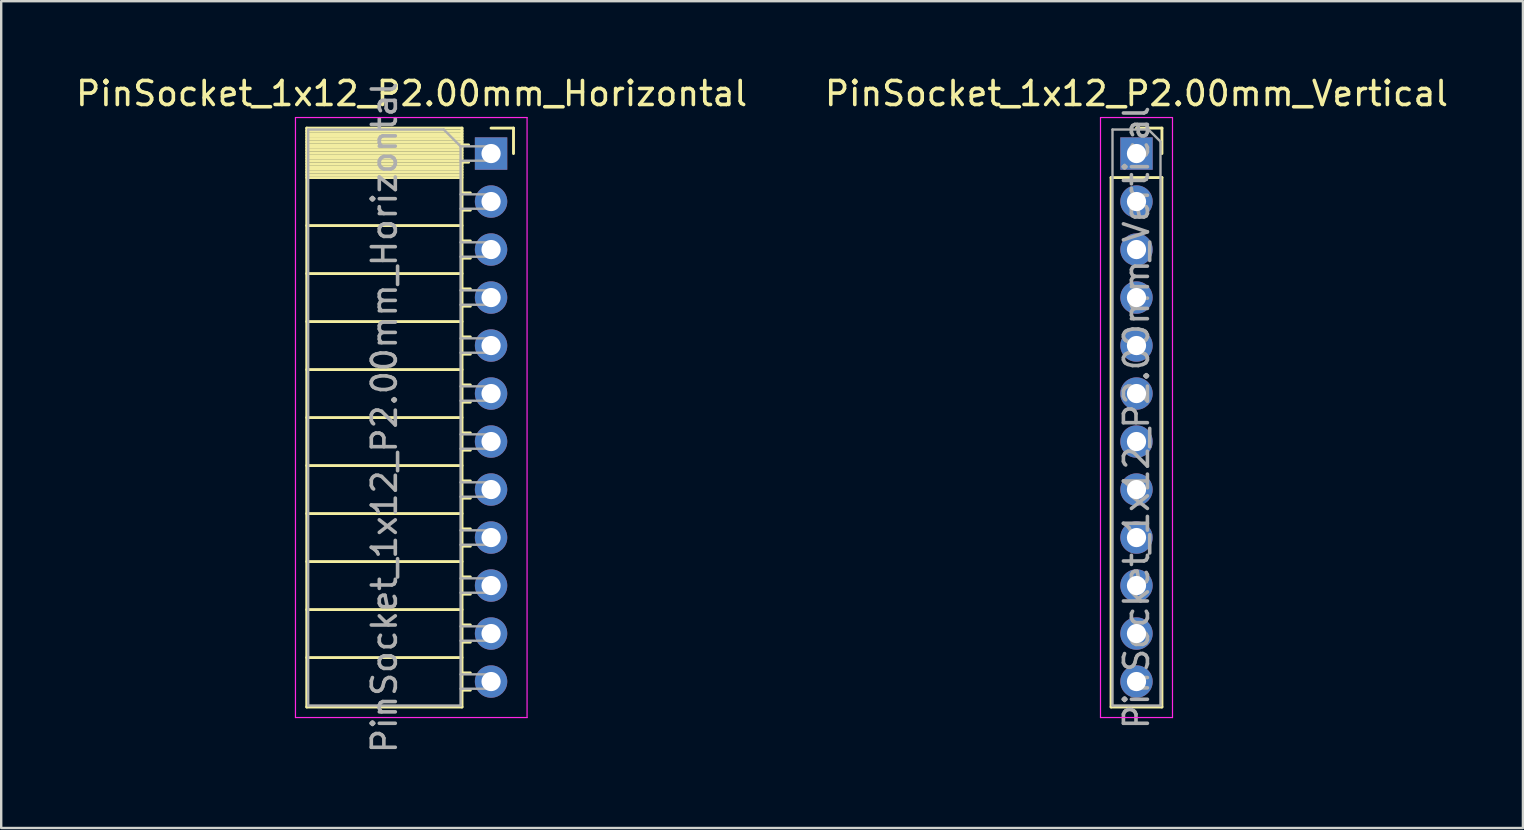
<source format=kicad_pcb>
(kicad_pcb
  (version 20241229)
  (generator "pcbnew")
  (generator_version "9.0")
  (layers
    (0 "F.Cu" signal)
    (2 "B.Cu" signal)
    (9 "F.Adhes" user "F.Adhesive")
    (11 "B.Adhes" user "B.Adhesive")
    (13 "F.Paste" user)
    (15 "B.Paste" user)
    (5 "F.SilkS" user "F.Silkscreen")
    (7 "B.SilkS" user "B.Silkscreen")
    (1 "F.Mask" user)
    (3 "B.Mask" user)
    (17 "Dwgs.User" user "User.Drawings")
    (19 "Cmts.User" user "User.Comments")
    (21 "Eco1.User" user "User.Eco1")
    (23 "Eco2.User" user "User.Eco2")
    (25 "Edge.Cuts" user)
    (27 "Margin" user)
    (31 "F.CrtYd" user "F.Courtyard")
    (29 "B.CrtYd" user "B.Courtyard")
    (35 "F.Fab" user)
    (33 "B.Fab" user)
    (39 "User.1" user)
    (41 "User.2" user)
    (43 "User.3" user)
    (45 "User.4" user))
  (footprint "PinSocket_1x12_P2.00mm_Vertical"
    (layer "F.Cu")
    (at 44.304 3.348)
    (property "Reference" "PinSocket_1x12_P2.00mm_Vertical" (at 0 -2.5 0) (layer "F.SilkS") (effects (font (size 1 1) (thickness 0.15))))
    (attr through_hole)
    (fp_line (start -1.06 1) (end -1.06 23.06) (stroke (width 0.12) (type solid)) (layer "F.SilkS"))
    (fp_line (start -1.06 1) (end 1.06 1) (stroke (width 0.12) (type solid)) (layer "F.SilkS"))
    (fp_line (start -1.06 23.06) (end 1.06 23.06) (stroke (width 0.12) (type solid)) (layer "F.SilkS"))
    (fp_line (start 0 -1.06) (end 1.06 -1.06) (stroke (width 0.12) (type solid)) (layer "F.SilkS"))
    (fp_line (start 1.06 -1.06) (end 1.06 0) (stroke (width 0.12) (type solid)) (layer "F.SilkS"))
    (fp_line (start 1.06 1) (end 1.06 23.06) (stroke (width 0.12) (type solid)) (layer "F.SilkS"))
    (fp_line (start -1.5 -1.5) (end 1.5 -1.5) (stroke (width 0.05) (type solid)) (layer "F.CrtYd"))
    (fp_line (start -1.5 23.5) (end -1.5 -1.5) (stroke (width 0.05) (type solid)) (layer "F.CrtYd"))
    (fp_line (start 1.5 -1.5) (end 1.5 23.5) (stroke (width 0.05) (type solid)) (layer "F.CrtYd"))
    (fp_line (start 1.5 23.5) (end -1.5 23.5) (stroke (width 0.05) (type solid)) (layer "F.CrtYd"))
    (fp_line (start -1 -1) (end 0.5 -1) (stroke (width 0.1) (type solid)) (layer "F.Fab"))
    (fp_line (start -1 23) (end -1 -1) (stroke (width 0.1) (type solid)) (layer "F.Fab"))
    (fp_line (start 0.5 -1) (end 1 -0.5) (stroke (width 0.1) (type solid)) (layer "F.Fab"))
    (fp_line (start 1 -0.5) (end 1 23) (stroke (width 0.1) (type solid)) (layer "F.Fab"))
    (fp_line (start 1 23) (end -1 23) (stroke (width 0.1) (type solid)) (layer "F.Fab"))
    (fp_text user "${REFERENCE}" (at 0 11 90) (layer "F.Fab") (effects (font (size 1 1) (thickness 0.15))))
    (pad "1" thru_hole rect (at 0 0) (size 1.35 1.35) (drill 0.8) (layers "*.Cu" "*.Mask"))
    (pad "2" thru_hole oval (at 0 2) (size 1.35 1.35) (drill 0.8) (layers "*.Cu" "*.Mask"))
    (pad "3" thru_hole oval (at 0 4) (size 1.35 1.35) (drill 0.8) (layers "*.Cu" "*.Mask"))
    (pad "4" thru_hole oval (at 0 6) (size 1.35 1.35) (drill 0.8) (layers "*.Cu" "*.Mask"))
    (pad "5" thru_hole oval (at 0 8) (size 1.35 1.35) (drill 0.8) (layers "*.Cu" "*.Mask"))
    (pad "6" thru_hole oval (at 0 10) (size 1.35 1.35) (drill 0.8) (layers "*.Cu" "*.Mask"))
    (pad "7" thru_hole oval (at 0 12) (size 1.35 1.35) (drill 0.8) (layers "*.Cu" "*.Mask"))
    (pad "8" thru_hole oval (at 0 14) (size 1.35 1.35) (drill 0.8) (layers "*.Cu" "*.Mask"))
    (pad "9" thru_hole oval (at 0 16) (size 1.35 1.35) (drill 0.8) (layers "*.Cu" "*.Mask"))
    (pad "10" thru_hole oval (at 0 18) (size 1.35 1.35) (drill 0.8) (layers "*.Cu" "*.Mask"))
    (pad "11" thru_hole oval (at 0 20) (size 1.35 1.35) (drill 0.8) (layers "*.Cu" "*.Mask"))
    (pad "12" thru_hole oval (at 0 22) (size 1.35 1.35) (drill 0.8) (layers "*.Cu" "*.Mask")))
  (footprint "PinSocket_1x12_P2.00mm_Horizontal"
    (layer "F.Cu")
    (at 17.411 3.348)
    (property "Reference" "PinSocket_1x12_P2.00mm_Horizontal" (at -3.31 -2.5 0) (layer "F.SilkS") (effects (font (size 1 1) (thickness 0.15))))
    (attr through_hole)
    (fp_line (start -7.68 -1.06) (end -7.68 23.06) (stroke (width 0.12) (type solid)) (layer "F.SilkS"))
    (fp_line (start -7.68 -1.06) (end -1.21 -1.06) (stroke (width 0.12) (type solid)) (layer "F.SilkS"))
    (fp_line (start -7.68 -0.94) (end -1.21 -0.94) (stroke (width 0.12) (type solid)) (layer "F.SilkS"))
    (fp_line (start -7.68 -0.826) (end -1.21 -0.826) (stroke (width 0.12) (type solid)) (layer "F.SilkS"))
    (fp_line (start -7.68 -0.712) (end -1.21 -0.712) (stroke (width 0.12) (type solid)) (layer "F.SilkS"))
    (fp_line (start -7.68 -0.598) (end -1.21 -0.598) (stroke (width 0.12) (type solid)) (layer "F.SilkS"))
    (fp_line (start -7.68 -0.484) (end -1.21 -0.484) (stroke (width 0.12) (type solid)) (layer "F.SilkS"))
    (fp_line (start -7.68 -0.369) (end -1.21 -0.369) (stroke (width 0.12) (type solid)) (layer "F.SilkS"))
    (fp_line (start -7.68 -0.255) (end -1.21 -0.255) (stroke (width 0.12) (type solid)) (layer "F.SilkS"))
    (fp_line (start -7.68 -0.141) (end -1.21 -0.141) (stroke (width 0.12) (type solid)) (layer "F.SilkS"))
    (fp_line (start -7.68 -0.027) (end -1.21 -0.027) (stroke (width 0.12) (type solid)) (layer "F.SilkS"))
    (fp_line (start -7.68 0.087) (end -1.21 0.087) (stroke (width 0.12) (type solid)) (layer "F.SilkS"))
    (fp_line (start -7.68 0.201) (end -1.21 0.201) (stroke (width 0.12) (type solid)) (layer "F.SilkS"))
    (fp_line (start -7.68 0.315) (end -1.21 0.315) (stroke (width 0.12) (type solid)) (layer "F.SilkS"))
    (fp_line (start -7.68 0.429) (end -1.21 0.429) (stroke (width 0.12) (type solid)) (layer "F.SilkS"))
    (fp_line (start -7.68 0.544) (end -1.21 0.544) (stroke (width 0.12) (type solid)) (layer "F.SilkS"))
    (fp_line (start -7.68 0.658) (end -1.21 0.658) (stroke (width 0.12) (type solid)) (layer "F.SilkS"))
    (fp_line (start -7.68 0.772) (end -1.21 0.772) (stroke (width 0.12) (type solid)) (layer "F.SilkS"))
    (fp_line (start -7.68 0.886) (end -1.21 0.886) (stroke (width 0.12) (type solid)) (layer "F.SilkS"))
    (fp_line (start -7.68 1) (end -1.21 1) (stroke (width 0.12) (type solid)) (layer "F.SilkS"))
    (fp_line (start -7.68 3) (end -1.21 3) (stroke (width 0.12) (type solid)) (layer "F.SilkS"))
    (fp_line (start -7.68 5) (end -1.21 5) (stroke (width 0.12) (type solid)) (layer "F.SilkS"))
    (fp_line (start -7.68 7) (end -1.21 7) (stroke (width 0.12) (type solid)) (layer "F.SilkS"))
    (fp_line (start -7.68 9) (end -1.21 9) (stroke (width 0.12) (type solid)) (layer "F.SilkS"))
    (fp_line (start -7.68 11) (end -1.21 11) (stroke (width 0.12) (type solid)) (layer "F.SilkS"))
    (fp_line (start -7.68 13) (end -1.21 13) (stroke (width 0.12) (type solid)) (layer "F.SilkS"))
    (fp_line (start -7.68 15) (end -1.21 15) (stroke (width 0.12) (type solid)) (layer "F.SilkS"))
    (fp_line (start -7.68 17) (end -1.21 17) (stroke (width 0.12) (type solid)) (layer "F.SilkS"))
    (fp_line (start -7.68 19) (end -1.21 19) (stroke (width 0.12) (type solid)) (layer "F.SilkS"))
    (fp_line (start -7.68 21) (end -1.21 21) (stroke (width 0.12) (type solid)) (layer "F.SilkS"))
    (fp_line (start -7.68 23.06) (end -1.21 23.06) (stroke (width 0.12) (type solid)) (layer "F.SilkS"))
    (fp_line (start -1.21 -1.06) (end -1.21 23.06) (stroke (width 0.12) (type solid)) (layer "F.SilkS"))
    (fp_line (start -1.21 -0.36) (end -0.935 -0.36) (stroke (width 0.12) (type solid)) (layer "F.SilkS"))
    (fp_line (start -1.21 0.36) (end -0.935 0.36) (stroke (width 0.12) (type solid)) (layer "F.SilkS"))
    (fp_line (start -1.21 1.64) (end -0.863 1.64) (stroke (width 0.12) (type solid)) (layer "F.SilkS"))
    (fp_line (start -1.21 2.36) (end -0.863 2.36) (stroke (width 0.12) (type solid)) (layer "F.SilkS"))
    (fp_line (start -1.21 3.64) (end -0.863 3.64) (stroke (width 0.12) (type solid)) (layer "F.SilkS"))
    (fp_line (start -1.21 4.36) (end -0.863 4.36) (stroke (width 0.12) (type solid)) (layer "F.SilkS"))
    (fp_line (start -1.21 5.64) (end -0.863 5.64) (stroke (width 0.12) (type solid)) (layer "F.SilkS"))
    (fp_line (start -1.21 6.36) (end -0.863 6.36) (stroke (width 0.12) (type solid)) (layer "F.SilkS"))
    (fp_line (start -1.21 7.64) (end -0.863 7.64) (stroke (width 0.12) (type solid)) (layer "F.SilkS"))
    (fp_line (start -1.21 8.36) (end -0.863 8.36) (stroke (width 0.12) (type solid)) (layer "F.SilkS"))
    (fp_line (start -1.21 9.64) (end -0.863 9.64) (stroke (width 0.12) (type solid)) (layer "F.SilkS"))
    (fp_line (start -1.21 10.36) (end -0.863 10.36) (stroke (width 0.12) (type solid)) (layer "F.SilkS"))
    (fp_line (start -1.21 11.64) (end -0.863 11.64) (stroke (width 0.12) (type solid)) (layer "F.SilkS"))
    (fp_line (start -1.21 12.36) (end -0.863 12.36) (stroke (width 0.12) (type solid)) (layer "F.SilkS"))
    (fp_line (start -1.21 13.64) (end -0.863 13.64) (stroke (width 0.12) (type solid)) (layer "F.SilkS"))
    (fp_line (start -1.21 14.36) (end -0.863 14.36) (stroke (width 0.12) (type solid)) (layer "F.SilkS"))
    (fp_line (start -1.21 15.64) (end -0.863 15.64) (stroke (width 0.12) (type solid)) (layer "F.SilkS"))
    (fp_line (start -1.21 16.36) (end -0.863 16.36) (stroke (width 0.12) (type solid)) (layer "F.SilkS"))
    (fp_line (start -1.21 17.64) (end -0.863 17.64) (stroke (width 0.12) (type solid)) (layer "F.SilkS"))
    (fp_line (start -1.21 18.36) (end -0.863 18.36) (stroke (width 0.12) (type solid)) (layer "F.SilkS"))
    (fp_line (start -1.21 19.64) (end -0.863 19.64) (stroke (width 0.12) (type solid)) (layer "F.SilkS"))
    (fp_line (start -1.21 20.36) (end -0.863 20.36) (stroke (width 0.12) (type solid)) (layer "F.SilkS"))
    (fp_line (start -1.21 21.64) (end -0.863 21.64) (stroke (width 0.12) (type solid)) (layer "F.SilkS"))
    (fp_line (start -1.21 22.36) (end -0.863 22.36) (stroke (width 0.12) (type solid)) (layer "F.SilkS"))
    (fp_line (start 0 -1.06) (end 0.935 -1.06) (stroke (width 0.12) (type solid)) (layer "F.SilkS"))
    (fp_line (start 0.935 -1.06) (end 0.935 0) (stroke (width 0.12) (type solid)) (layer "F.SilkS"))
    (fp_line (start -8.15 -1.5) (end -8.15 23.5) (stroke (width 0.05) (type solid)) (layer "F.CrtYd"))
    (fp_line (start -8.15 23.5) (end 1.5 23.5) (stroke (width 0.05) (type solid)) (layer "F.CrtYd"))
    (fp_line (start 1.5 -1.5) (end -8.15 -1.5) (stroke (width 0.05) (type solid)) (layer "F.CrtYd"))
    (fp_line (start 1.5 23.5) (end 1.5 -1.5) (stroke (width 0.05) (type solid)) (layer "F.CrtYd"))
    (fp_line (start -7.62 -1) (end -1.97 -1) (stroke (width 0.1) (type solid)) (layer "F.Fab"))
    (fp_line (start -7.62 23) (end -7.62 -1) (stroke (width 0.1) (type solid)) (layer "F.Fab"))
    (fp_line (start -1.97 -1) (end -1.27 -0.3) (stroke (width 0.1) (type solid)) (layer "F.Fab"))
    (fp_line (start -1.27 -0.3) (end -1.27 23) (stroke (width 0.1) (type solid)) (layer "F.Fab"))
    (fp_line (start -1.27 0.3) (end 0 0.3) (stroke (width 0.1) (type solid)) (layer "F.Fab"))
    (fp_line (start -1.27 2.3) (end 0 2.3) (stroke (width 0.1) (type solid)) (layer "F.Fab"))
    (fp_line (start -1.27 4.3) (end 0 4.3) (stroke (width 0.1) (type solid)) (layer "F.Fab"))
    (fp_line (start -1.27 6.3) (end 0 6.3) (stroke (width 0.1) (type solid)) (layer "F.Fab"))
    (fp_line (start -1.27 8.3) (end 0 8.3) (stroke (width 0.1) (type solid)) (layer "F.Fab"))
    (fp_line (start -1.27 10.3) (end 0 10.3) (stroke (width 0.1) (type solid)) (layer "F.Fab"))
    (fp_line (start -1.27 12.3) (end 0 12.3) (stroke (width 0.1) (type solid)) (layer "F.Fab"))
    (fp_line (start -1.27 14.3) (end 0 14.3) (stroke (width 0.1) (type solid)) (layer "F.Fab"))
    (fp_line (start -1.27 16.3) (end 0 16.3) (stroke (width 0.1) (type solid)) (layer "F.Fab"))
    (fp_line (start -1.27 18.3) (end 0 18.3) (stroke (width 0.1) (type solid)) (layer "F.Fab"))
    (fp_line (start -1.27 20.3) (end 0 20.3) (stroke (width 0.1) (type solid)) (layer "F.Fab"))
    (fp_line (start -1.27 22.3) (end 0 22.3) (stroke (width 0.1) (type solid)) (layer "F.Fab"))
    (fp_line (start -1.27 23) (end -7.62 23) (stroke (width 0.1) (type solid)) (layer "F.Fab"))
    (fp_line (start 0 -0.3) (end -1.27 -0.3) (stroke (width 0.1) (type solid)) (layer "F.Fab"))
    (fp_line (start 0 0.3) (end 0 -0.3) (stroke (width 0.1) (type solid)) (layer "F.Fab"))
    (fp_line (start 0 1.7) (end -1.27 1.7) (stroke (width 0.1) (type solid)) (layer "F.Fab"))
    (fp_line (start 0 2.3) (end 0 1.7) (stroke (width 0.1) (type solid)) (layer "F.Fab"))
    (fp_line (start 0 3.7) (end -1.27 3.7) (stroke (width 0.1) (type solid)) (layer "F.Fab"))
    (fp_line (start 0 4.3) (end 0 3.7) (stroke (width 0.1) (type solid)) (layer "F.Fab"))
    (fp_line (start 0 5.7) (end -1.27 5.7) (stroke (width 0.1) (type solid)) (layer "F.Fab"))
    (fp_line (start 0 6.3) (end 0 5.7) (stroke (width 0.1) (type solid)) (layer "F.Fab"))
    (fp_line (start 0 7.7) (end -1.27 7.7) (stroke (width 0.1) (type solid)) (layer "F.Fab"))
    (fp_line (start 0 8.3) (end 0 7.7) (stroke (width 0.1) (type solid)) (layer "F.Fab"))
    (fp_line (start 0 9.7) (end -1.27 9.7) (stroke (width 0.1) (type solid)) (layer "F.Fab"))
    (fp_line (start 0 10.3) (end 0 9.7) (stroke (width 0.1) (type solid)) (layer "F.Fab"))
    (fp_line (start 0 11.7) (end -1.27 11.7) (stroke (width 0.1) (type solid)) (layer "F.Fab"))
    (fp_line (start 0 12.3) (end 0 11.7) (stroke (width 0.1) (type solid)) (layer "F.Fab"))
    (fp_line (start 0 13.7) (end -1.27 13.7) (stroke (width 0.1) (type solid)) (layer "F.Fab"))
    (fp_line (start 0 14.3) (end 0 13.7) (stroke (width 0.1) (type solid)) (layer "F.Fab"))
    (fp_line (start 0 15.7) (end -1.27 15.7) (stroke (width 0.1) (type solid)) (layer "F.Fab"))
    (fp_line (start 0 16.3) (end 0 15.7) (stroke (width 0.1) (type solid)) (layer "F.Fab"))
    (fp_line (start 0 17.7) (end -1.27 17.7) (stroke (width 0.1) (type solid)) (layer "F.Fab"))
    (fp_line (start 0 18.3) (end 0 17.7) (stroke (width 0.1) (type solid)) (layer "F.Fab"))
    (fp_line (start 0 19.7) (end -1.27 19.7) (stroke (width 0.1) (type solid)) (layer "F.Fab"))
    (fp_line (start 0 20.3) (end 0 19.7) (stroke (width 0.1) (type solid)) (layer "F.Fab"))
    (fp_line (start 0 21.7) (end -1.27 21.7) (stroke (width 0.1) (type solid)) (layer "F.Fab"))
    (fp_line (start 0 22.3) (end 0 21.7) (stroke (width 0.1) (type solid)) (layer "F.Fab"))
    (fp_text user "${REFERENCE}" (at -4.445 11 90) (layer "F.Fab") (effects (font (size 1 1) (thickness 0.15))))
    (pad "1" thru_hole rect (at 0 0) (size 1.35 1.35) (drill 0.8) (layers "*.Cu" "*.Mask"))
    (pad "2" thru_hole oval (at 0 2) (size 1.35 1.35) (drill 0.8) (layers "*.Cu" "*.Mask"))
    (pad "3" thru_hole oval (at 0 4) (size 1.35 1.35) (drill 0.8) (layers "*.Cu" "*.Mask"))
    (pad "4" thru_hole oval (at 0 6) (size 1.35 1.35) (drill 0.8) (layers "*.Cu" "*.Mask"))
    (pad "5" thru_hole oval (at 0 8) (size 1.35 1.35) (drill 0.8) (layers "*.Cu" "*.Mask"))
    (pad "6" thru_hole oval (at 0 10) (size 1.35 1.35) (drill 0.8) (layers "*.Cu" "*.Mask"))
    (pad "7" thru_hole oval (at 0 12) (size 1.35 1.35) (drill 0.8) (layers "*.Cu" "*.Mask"))
    (pad "8" thru_hole oval (at 0 14) (size 1.35 1.35) (drill 0.8) (layers "*.Cu" "*.Mask"))
    (pad "9" thru_hole oval (at 0 16) (size 1.35 1.35) (drill 0.8) (layers "*.Cu" "*.Mask"))
    (pad "10" thru_hole oval (at 0 18) (size 1.35 1.35) (drill 0.8) (layers "*.Cu" "*.Mask"))
    (pad "11" thru_hole oval (at 0 20) (size 1.35 1.35) (drill 0.8) (layers "*.Cu" "*.Mask"))
    (pad "12" thru_hole oval (at 0 22) (size 1.35 1.35) (drill 0.8) (layers "*.Cu" "*.Mask")))
  (gr_rect
    (start -3 -3)
    (end 60.405 31.449)
    (stroke (width 0.1) (type default))
    (fill no)
    (layer "Edge.Cuts")))
</source>
